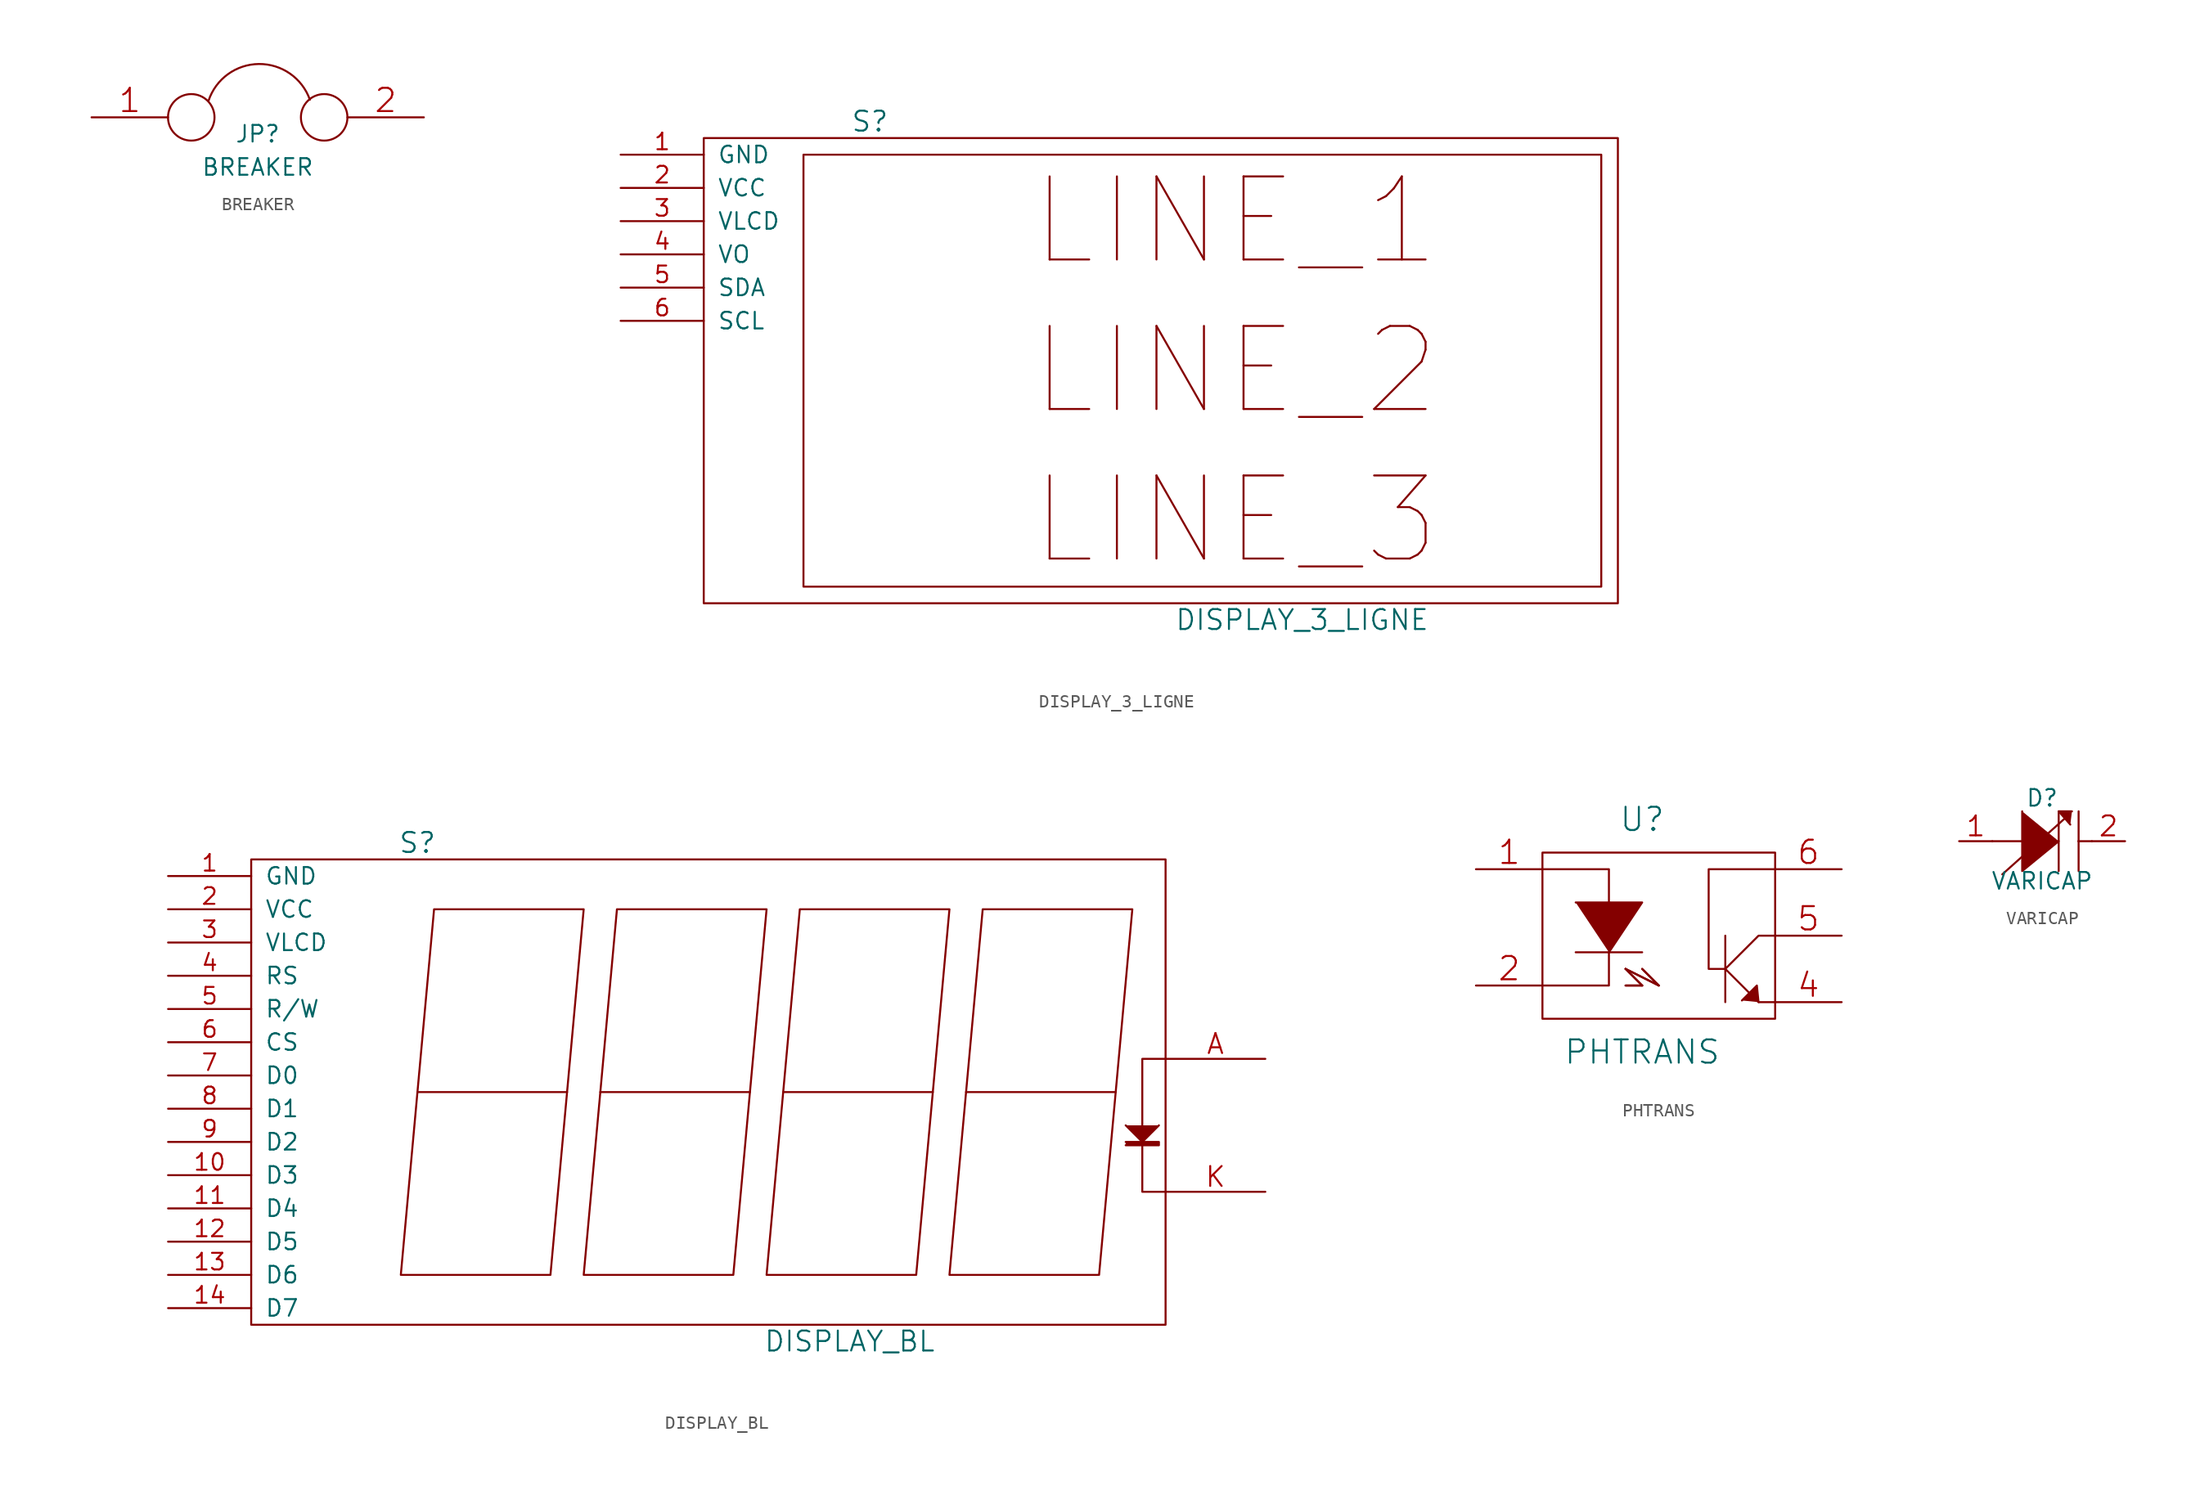
<source format=kicad_sym>
(kicad_symbol_lib
  (version 20211014)
  (generator kicad_symbol_editor)
  (symbol "BREAKER"
    (pin_names
      (offset 0.254))
    (property "Reference" "JP"
      (at 0 -1.27 0)
      (effects (font (size 1.27 1.27))))
    (property "Value" "BREAKER"
      (at 0 -3.81 0)
      (effects (font (size 1.27 1.27))))
    (property "Footprint" ""
      (at 0 0 0)
      (effects (font (size 1.524 1.524))))
    (property "Datasheet" ""
      (at 0 0 0)
      (effects (font (size 1.524 1.524))))
    (symbol "BREAKER_0_1"
      (circle (center -5.08 0) (radius 1.778) (stroke (width 0) (type default) (color 0 0 0 0)) (fill (type none)))
      (arc (start 3.9878 1.3462) (mid 0.0697 4.0787) (end -3.7592 1.27) (stroke (width 0) (type default) (color 0 0 0 0)) (fill (type none)))
      (circle (center 5.08 0) (radius 1.778) (stroke (width 0) (type default) (color 0 0 0 0)) (fill (type none))))
    (symbol "BREAKER_1_1"
      (pin input line (at -12.7 0 0) (length 5.842) (name "~" (effects (font (size 1.778 1.778)))) (number "1" (effects (font (size 1.778 1.778)))))
      (pin input line (at 12.7 0 180) (length 5.842) (name "~" (effects (font (size 1.778 1.778)))) (number "2" (effects (font (size 1.778 1.778)))))))
  (symbol "DISPLAY_3_LIGNE"
    (pin_names
      (offset 1.016))
    (property "Reference" "S"
      (at -26.67 19.05 0)
      (effects (font (size 1.524 1.524))))
    (property "Value" "DISPLAY_3_LIGNE"
      (at 6.35 -19.05 0)
      (effects (font (size 1.524 1.524))))
    (property "Footprint" ""
      (at 0 0 0)
      (effects (font (size 1.524 1.524))))
    (property "Datasheet" ""
      (at 0 0 0)
      (effects (font (size 1.524 1.524))))
    (symbol "DISPLAY_3_LIGNE_0_0"
      (rectangle (start -31.75 16.51) (end 29.21 -16.51) (stroke (width 0) (type default) (color 0 0 0 0)) (fill (type none)))
      (text "LINE_1" (at 1.27 11.43 0) (effects (font (size 6.35 6.35))))
      (text "LINE_2" (at 1.27 0 0) (effects (font (size 6.35 6.35))))
      (text "LINE_3" (at 1.27 -11.43 0) (effects (font (size 6.35 6.35)))))
    (symbol "DISPLAY_3_LIGNE_0_1"
      (rectangle (start -39.37 17.78) (end 30.48 -17.78) (stroke (width 0) (type default) (color 0 0 0 0)) (fill (type none))))
    (symbol "DISPLAY_3_LIGNE_1_1"
      (pin power_in line (at -45.72 16.51 0) (length 6.35) (name "GND" (effects (font (size 1.27 1.27)))) (number "1" (effects (font (size 1.27 1.27)))))
      (pin power_in line (at -45.72 13.97 0) (length 6.35) (name "VCC" (effects (font (size 1.27 1.27)))) (number "2" (effects (font (size 1.27 1.27)))))
      (pin input line (at -45.72 11.43 0) (length 6.35) (name "VLCD" (effects (font (size 1.27 1.27)))) (number "3" (effects (font (size 1.27 1.27)))))
      (pin input line (at -45.72 8.89 0) (length 6.35) (name "VO" (effects (font (size 1.27 1.27)))) (number "4" (effects (font (size 1.27 1.27)))))
      (pin input line (at -45.72 6.35 0) (length 6.35) (name "SDA" (effects (font (size 1.27 1.27)))) (number "5" (effects (font (size 1.27 1.27)))))
      (pin input line (at -45.72 3.81 0) (length 6.35) (name "SCL" (effects (font (size 1.27 1.27)))) (number "6" (effects (font (size 1.27 1.27)))))))
  (symbol "DISPLAY_BL"
    (pin_names
      (offset 1.016))
    (property "Reference" "S"
      (at -26.67 19.05 0)
      (effects (font (size 1.524 1.524))))
    (property "Value" "DISPLAY_BL"
      (at 6.35 -19.05 0)
      (effects (font (size 1.524 1.524))))
    (property "Footprint" ""
      (at 0 0 0)
      (effects (font (size 1.524 1.524))))
    (property "Datasheet" ""
      (at 0 0 0)
      (effects (font (size 1.524 1.524))))
    (symbol "DISPLAY_BL_0_1"
      (rectangle (start -39.37 17.78) (end 30.48 -17.78) (stroke (width 0) (type default) (color 0 0 0 0)) (fill (type none)))
      (polyline (pts (xy -26.67 0) (xy -15.24 0)) (stroke (width 0) (type default) (color 0 0 0 0)) (fill (type none)))
      (polyline (pts (xy -12.7 0) (xy -1.27 0)) (stroke (width 0) (type default) (color 0 0 0 0)) (fill (type none)))
      (polyline (pts (xy 1.27 0) (xy 12.7 0)) (stroke (width 0) (type default) (color 0 0 0 0)) (fill (type none)))
      (polyline (pts (xy 15.24 0) (xy 26.67 0)) (stroke (width 0) (type default) (color 0 0 0 0)) (fill (type none)))
      (polyline (pts (xy 27.432 -2.54) (xy 28.702 -3.81) (xy 29.972 -2.54)) (stroke (width 0) (type default) (color 0 0 0 0)) (fill (type outline)))
      (polyline (pts (xy 28.702 -4.064) (xy 28.702 -7.62) (xy 30.48 -7.62)) (stroke (width 0) (type default) (color 0 0 0 0)) (fill (type none)))
      (polyline (pts (xy 28.702 -2.54) (xy 28.702 2.54) (xy 30.48 2.54)) (stroke (width 0) (type default) (color 0 0 0 0)) (fill (type none)))
      (polyline (pts (xy 27.432 -3.81) (xy 29.972 -3.81) (xy 29.972 -4.064) (xy 27.432 -4.064)) (stroke (width 0) (type default) (color 0 0 0 0)) (fill (type outline)))
      (polyline (pts (xy -27.94 -13.97) (xy -25.4 13.97) (xy -13.97 13.97) (xy -16.51 -13.97) (xy -27.94 -13.97)) (stroke (width 0) (type default) (color 0 0 0 0)) (fill (type none)))
      (polyline (pts (xy -13.97 -13.97) (xy -11.43 13.97) (xy 0 13.97) (xy -2.54 -13.97) (xy -13.97 -13.97)) (stroke (width 0) (type default) (color 0 0 0 0)) (fill (type none)))
      (polyline (pts (xy 0 -13.97) (xy 2.54 13.97) (xy 13.97 13.97) (xy 11.43 -13.97) (xy 0 -13.97)) (stroke (width 0) (type default) (color 0 0 0 0)) (fill (type none)))
      (polyline (pts (xy 16.51 13.97) (xy 13.97 -13.97) (xy 25.4 -13.97) (xy 27.94 13.97) (xy 16.51 13.97)) (stroke (width 0) (type default) (color 0 0 0 0)) (fill (type none))))
    (symbol "DISPLAY_BL_1_1"
      (pin power_in line (at -45.72 16.51 0) (length 6.35) (name "GND" (effects (font (size 1.27 1.27)))) (number "1" (effects (font (size 1.27 1.27)))))
      (pin tri_state line (at -45.72 -6.35 0) (length 6.35) (name "D3" (effects (font (size 1.27 1.27)))) (number "10" (effects (font (size 1.27 1.27)))))
      (pin tri_state line (at -45.72 -8.89 0) (length 6.35) (name "D4" (effects (font (size 1.27 1.27)))) (number "11" (effects (font (size 1.27 1.27)))))
      (pin tri_state line (at -45.72 -11.43 0) (length 6.35) (name "D5" (effects (font (size 1.27 1.27)))) (number "12" (effects (font (size 1.27 1.27)))))
      (pin tri_state line (at -45.72 -13.97 0) (length 6.35) (name "D6" (effects (font (size 1.27 1.27)))) (number "13" (effects (font (size 1.27 1.27)))))
      (pin tri_state line (at -45.72 -16.51 0) (length 6.35) (name "D7" (effects (font (size 1.27 1.27)))) (number "14" (effects (font (size 1.27 1.27)))))
      (pin power_in line (at -45.72 13.97 0) (length 6.35) (name "VCC" (effects (font (size 1.27 1.27)))) (number "2" (effects (font (size 1.27 1.27)))))
      (pin input line (at -45.72 11.43 0) (length 6.35) (name "VLCD" (effects (font (size 1.27 1.27)))) (number "3" (effects (font (size 1.27 1.27)))))
      (pin input line (at -45.72 8.89 0) (length 6.35) (name "RS" (effects (font (size 1.27 1.27)))) (number "4" (effects (font (size 1.27 1.27)))))
      (pin input line (at -45.72 6.35 0) (length 6.35) (name "R/W" (effects (font (size 1.27 1.27)))) (number "5" (effects (font (size 1.27 1.27)))))
      (pin input line (at -45.72 3.81 0) (length 6.35) (name "CS" (effects (font (size 1.27 1.27)))) (number "6" (effects (font (size 1.27 1.27)))))
      (pin tri_state line (at -45.72 1.27 0) (length 6.35) (name "D0" (effects (font (size 1.27 1.27)))) (number "7" (effects (font (size 1.27 1.27)))))
      (pin tri_state line (at -45.72 -1.27 0) (length 6.35) (name "D1" (effects (font (size 1.27 1.27)))) (number "8" (effects (font (size 1.27 1.27)))))
      (pin tri_state line (at -45.72 -3.81 0) (length 6.35) (name "D2" (effects (font (size 1.27 1.27)))) (number "9" (effects (font (size 1.27 1.27)))))
      (pin input line (at 38.1 2.54 180) (length 7.62) (name "~" (effects (font (size 1.524 1.524)))) (number "A" (effects (font (size 1.524 1.524)))))
      (pin input line (at 38.1 -7.62 180) (length 7.62) (name "~" (effects (font (size 1.524 1.524)))) (number "K" (effects (font (size 1.524 1.524)))))))
  (symbol "PHTRANS"
    (pin_names
      (offset 0.254))
    (property "Reference" "U"
      (at -1.27 8.89 0)
      (effects (font (size 1.778 1.778))))
    (property "Value" "PHTRANS"
      (at -1.27 -8.89 0)
      (effects (font (size 1.778 1.778))))
    (property "Footprint" ""
      (at 0 0 0)
      (effects (font (size 1.524 1.524))))
    (property "Datasheet" ""
      (at 0 0 0)
      (effects (font (size 1.524 1.524))))
    (symbol "PHTRANS_0_0"
      (polyline (pts (xy -6.35 -1.27) (xy -1.27 -1.27)) (stroke (width 0) (type default) (color 0 0 0 0)) (fill (type none)))
      (polyline (pts (xy -2.54 -2.54) (xy -1.27 -3.81)) (stroke (width 0) (type default) (color 0 0 0 0)) (fill (type none)))
      (polyline (pts (xy -2.54 -2.54) (xy -1.27 -3.81)) (stroke (width 0) (type default) (color 0 0 0 0)) (fill (type none)))
      (polyline (pts (xy -2.54 -2.54) (xy 0 -3.81)) (stroke (width 0) (type default) (color 0 0 0 0)) (fill (type none)))
      (polyline (pts (xy -2.54 -2.54) (xy 0 -3.81)) (stroke (width 0) (type default) (color 0 0 0 0)) (fill (type none)))
      (polyline (pts (xy -1.27 -3.81) (xy -1.27 -3.81) (xy -2.54 -3.81)) (stroke (width 0) (type default) (color 0 0 0 0)) (fill (type none)))
      (polyline (pts (xy -1.27 -3.81) (xy -1.27 -3.81) (xy -2.54 -3.81)) (stroke (width 0) (type default) (color 0 0 0 0)) (fill (type none)))
      (polyline (pts (xy -1.27 -2.54) (xy 0 -3.81) (xy -1.27 -2.54)) (stroke (width 0) (type default) (color 0 0 0 0)) (fill (type none)))
      (polyline (pts (xy -1.27 -2.54) (xy 0 -3.81) (xy -1.27 -2.54)) (stroke (width 0) (type default) (color 0 0 0 0)) (fill (type none))))
    (symbol "PHTRANS_0_1"
      (polyline (pts (xy 5.08 0) (xy 5.08 -5.08)) (stroke (width 0) (type default) (color 0 0 0 0)) (fill (type none)))
      (polyline (pts (xy -8.89 5.08) (xy -3.81 5.08) (xy -3.81 2.54)) (stroke (width 0) (type default) (color 0 0 0 0)) (fill (type none)))
      (polyline (pts (xy -6.35 2.54) (xy -1.27 2.54) (xy -3.81 -1.27)) (stroke (width 0) (type default) (color 0 0 0 0)) (fill (type outline)))
      (polyline (pts (xy -3.81 -1.27) (xy -3.81 -3.81) (xy -8.89 -3.81)) (stroke (width 0) (type default) (color 0 0 0 0)) (fill (type none)))
      (polyline (pts (xy 5.08 -2.54) (xy 7.62 -5.08) (xy 8.89 -5.08)) (stroke (width 0) (type default) (color 0 0 0 0)) (fill (type none)))
      (polyline (pts (xy 5.08 -2.54) (xy 7.62 0) (xy 8.89 0)) (stroke (width 0) (type default) (color 0 0 0 0)) (fill (type none)))
      (polyline (pts (xy 7.62 -5.08) (xy 7.493 -3.81) (xy 6.35 -4.953)) (stroke (width 0) (type default) (color 0 0 0 0)) (fill (type outline)))
      (polyline (pts (xy 5.08 -2.54) (xy 3.81 -2.54) (xy 3.81 5.08) (xy 8.89 5.08)) (stroke (width 0) (type default) (color 0 0 0 0)) (fill (type none)))
      (rectangle (start 8.89 -6.35) (end -8.89 6.35) (stroke (width 0) (type default) (color 0 0 0 0)) (fill (type none))))
    (symbol "PHTRANS_1_1"
      (pin input line (at -13.97 5.08 0) (length 5.08) (name "~" (effects (font (size 1.778 1.778)))) (number "1" (effects (font (size 1.778 1.778)))))
      (pin input line (at -13.97 -3.81 0) (length 5.08) (name "~" (effects (font (size 1.778 1.778)))) (number "2" (effects (font (size 1.778 1.778)))))
      (pin input line (at 13.97 -5.08 180) (length 5.08) (name "~" (effects (font (size 1.778 1.778)))) (number "4" (effects (font (size 1.778 1.778)))))
      (pin input line (at 13.97 0 180) (length 5.08) (name "~" (effects (font (size 1.778 1.778)))) (number "5" (effects (font (size 1.778 1.778)))))
      (pin input line (at 13.97 5.08 180) (length 5.08) (name "~" (effects (font (size 1.778 1.778)))) (number "6" (effects (font (size 1.778 1.778)))))))
  (symbol "VARICAP"
    (pin_names
      (offset 1.016) hide)
    (property "Reference" "D"
      (at 0 3.302 0)
      (effects (font (size 1.27 1.27))))
    (property "Value" "VARICAP"
      (at 0 -3.048 0)
      (effects (font (size 1.27 1.27))))
    (property "Footprint" ""
      (at 0 0 0)
      (effects (font (size 1.524 1.524))))
    (property "Datasheet" ""
      (at 0 0 0)
      (effects (font (size 1.524 1.524))))
    (symbol "VARICAP_0_1"
      (polyline (pts (xy -3.81 0) (xy -1.549 0)) (stroke (width 0) (type default) (color 0 0 0 0)) (fill (type none)))
      (polyline (pts (xy -3.048 -2.54) (xy 1.778 1.778)) (stroke (width 0) (type default) (color 0 0 0 0)) (fill (type none)))
      (polyline (pts (xy 1.27 -2.286) (xy 1.27 2.286)) (stroke (width 0) (type default) (color 0 0 0 0)) (fill (type none)))
      (polyline (pts (xy 2.769 0) (xy 3.81 0)) (stroke (width 0) (type default) (color 0 0 0 0)) (fill (type none)))
      (polyline (pts (xy 2.794 -2.286) (xy 2.794 2.286)) (stroke (width 0) (type default) (color 0 0 0 0)) (fill (type none)))
      (polyline (pts (xy -1.524 2.286) (xy -1.524 -2.286) (xy 1.27 0)) (stroke (width 0) (type default) (color 0 0 0 0)) (fill (type outline)))
      (polyline (pts (xy 2.286 2.286) (xy 1.27 2.286) (xy 2.159 1.27)) (stroke (width 0) (type default) (color 0 0 0 0)) (fill (type outline))))
    (symbol "VARICAP_1_1"
      (pin passive line (at -6.35 0 0) (length 2.54) (name "ANODE" (effects (font (size 1.524 1.524)))) (number "1" (effects (font (size 1.524 1.524)))))
      (pin passive line (at 6.35 0 180) (length 2.54) (name "CATHODE" (effects (font (size 1.524 1.524)))) (number "2" (effects (font (size 1.524 1.524))))))))
</source>
